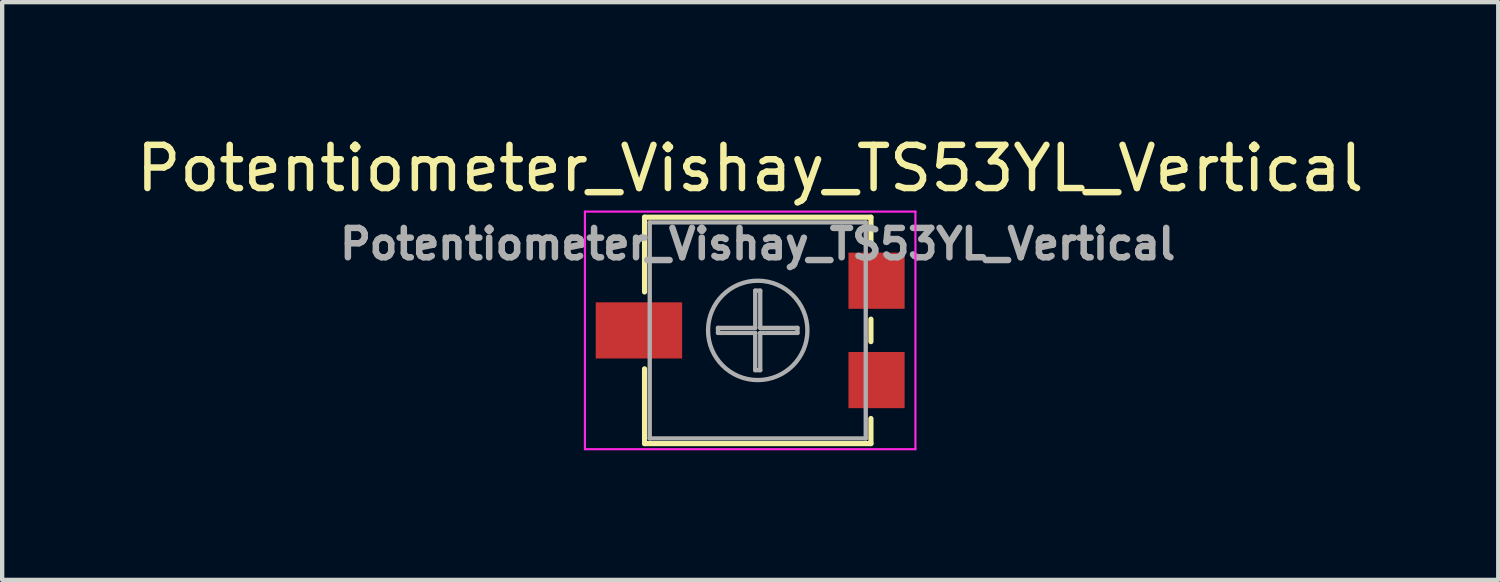
<source format=kicad_pcb>
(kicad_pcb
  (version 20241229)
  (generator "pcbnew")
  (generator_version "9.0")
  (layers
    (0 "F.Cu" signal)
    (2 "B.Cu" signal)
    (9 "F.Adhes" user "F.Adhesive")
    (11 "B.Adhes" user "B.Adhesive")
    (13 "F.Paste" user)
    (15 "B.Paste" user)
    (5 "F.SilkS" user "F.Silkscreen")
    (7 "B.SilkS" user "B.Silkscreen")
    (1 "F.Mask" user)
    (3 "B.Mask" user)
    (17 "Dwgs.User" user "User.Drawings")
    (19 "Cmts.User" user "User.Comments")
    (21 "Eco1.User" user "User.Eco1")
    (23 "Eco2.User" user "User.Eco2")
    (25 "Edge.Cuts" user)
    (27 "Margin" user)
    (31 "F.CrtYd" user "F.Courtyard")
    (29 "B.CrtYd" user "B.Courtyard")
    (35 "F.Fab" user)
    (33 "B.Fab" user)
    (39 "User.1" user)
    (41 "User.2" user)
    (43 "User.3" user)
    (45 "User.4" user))
  (footprint "Potentiometer_Vishay_TS53YL_Vertical"
    (layer "F.Cu")
    (at 14.49 4.598)
    (property "Reference" "Potentiometer_Vishay_TS53YL_Vertical" (at -0.175 -3.75 0) (layer "F.SilkS") (effects (font (size 1 1) (thickness 0.15))))
    (attr smd)
    (fp_line (start -2.62 -2.62) (end -2.62 -0.89) (stroke (width 0.12) (type solid)) (layer "F.SilkS"))
    (fp_line (start -2.62 -2.62) (end 2.62 -2.62) (stroke (width 0.12) (type solid)) (layer "F.SilkS"))
    (fp_line (start -2.62 0.89) (end -2.62 2.62) (stroke (width 0.12) (type solid)) (layer "F.SilkS"))
    (fp_line (start -2.62 2.62) (end 2.62 2.62) (stroke (width 0.12) (type solid)) (layer "F.SilkS"))
    (fp_line (start 2.62 -2.62) (end 2.62 -2.039) (stroke (width 0.12) (type solid)) (layer "F.SilkS"))
    (fp_line (start 2.62 -0.26) (end 2.62 0.26) (stroke (width 0.12) (type solid)) (layer "F.SilkS"))
    (fp_line (start 2.62 2.04) (end 2.62 2.62) (stroke (width 0.12) (type solid)) (layer "F.SilkS"))
    (fp_line (start -4 -2.75) (end -4 2.75) (stroke (width 0.05) (type solid)) (layer "F.CrtYd"))
    (fp_line (start -4 2.75) (end 3.65 2.75) (stroke (width 0.05) (type solid)) (layer "F.CrtYd"))
    (fp_line (start 3.65 -2.75) (end -4 -2.75) (stroke (width 0.05) (type solid)) (layer "F.CrtYd"))
    (fp_line (start 3.65 2.75) (end 3.65 -2.75) (stroke (width 0.05) (type solid)) (layer "F.CrtYd"))
    (fp_line (start -2.5 -2.5) (end -2.5 2.5) (stroke (width 0.1) (type solid)) (layer "F.Fab"))
    (fp_line (start -2.5 2.5) (end 2.5 2.5) (stroke (width 0.1) (type solid)) (layer "F.Fab"))
    (fp_line (start -0.92 -0.058) (end -0.058 -0.058) (stroke (width 0.1) (type solid)) (layer "F.Fab"))
    (fp_line (start -0.92 0.058) (end -0.92 -0.058) (stroke (width 0.1) (type solid)) (layer "F.Fab"))
    (fp_line (start -0.058 -0.92) (end 0.058 -0.92) (stroke (width 0.1) (type solid)) (layer "F.Fab"))
    (fp_line (start -0.058 -0.058) (end -0.058 -0.92) (stroke (width 0.1) (type solid)) (layer "F.Fab"))
    (fp_line (start -0.058 0.058) (end -0.92 0.058) (stroke (width 0.1) (type solid)) (layer "F.Fab"))
    (fp_line (start -0.058 0.92) (end -0.058 0.058) (stroke (width 0.1) (type solid)) (layer "F.Fab"))
    (fp_line (start 0.058 -0.92) (end 0.058 -0.058) (stroke (width 0.1) (type solid)) (layer "F.Fab"))
    (fp_line (start 0.058 -0.058) (end 0.92 -0.058) (stroke (width 0.1) (type solid)) (layer "F.Fab"))
    (fp_line (start 0.058 0.058) (end 0.058 0.92) (stroke (width 0.1) (type solid)) (layer "F.Fab"))
    (fp_line (start 0.058 0.92) (end -0.058 0.92) (stroke (width 0.1) (type solid)) (layer "F.Fab"))
    (fp_line (start 0.92 -0.058) (end 0.92 0.058) (stroke (width 0.1) (type solid)) (layer "F.Fab"))
    (fp_line (start 0.92 0.058) (end 0.058 0.058) (stroke (width 0.1) (type solid)) (layer "F.Fab"))
    (fp_line (start 2.5 -2.5) (end -2.5 -2.5) (stroke (width 0.1) (type solid)) (layer "F.Fab"))
    (fp_line (start 2.5 2.5) (end 2.5 -2.5) (stroke (width 0.1) (type solid)) (layer "F.Fab"))
    (fp_circle (center 0 0) (end 1.15 0) (stroke (width 0.1) (type solid)) (fill no) (layer "F.Fab"))
    (fp_text user "${REFERENCE}" (at 0 -2 0) (layer "F.Fab") (effects (font (size 0.68 0.68) (thickness 0.15))))
    (pad "1" smd rect (at 2.75 -1.15) (size 1.3 1.3) (layers "F.Cu" "F.Mask" "F.Paste"))
    (pad "2" smd rect (at -2.75 0) (size 2 1.3) (layers "F.Cu" "F.Mask" "F.Paste"))
    (pad "3" smd rect (at 2.75 1.15) (size 1.3 1.3) (layers "F.Cu" "F.Mask" "F.Paste")))
  (gr_rect
    (start -3 -3)
    (end 31.631 10.373)
    (stroke (width 0.1) (type default))
    (fill no)
    (layer "Edge.Cuts")))
</source>
